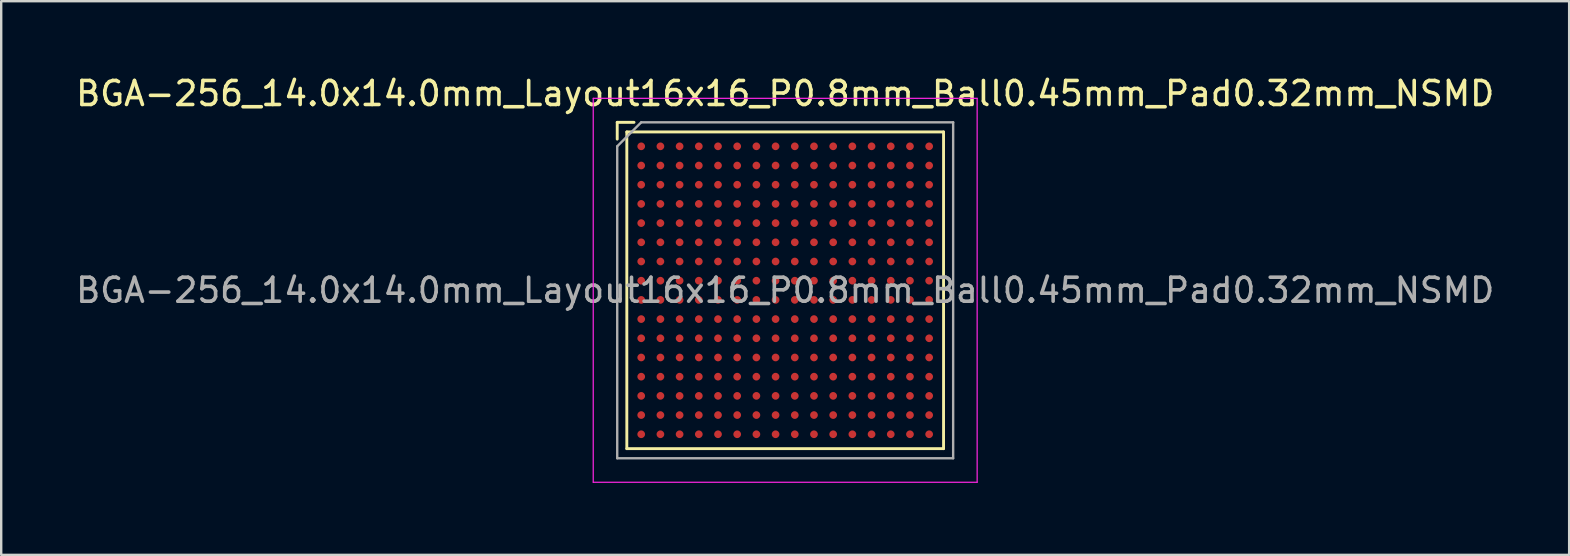
<source format=kicad_pcb>
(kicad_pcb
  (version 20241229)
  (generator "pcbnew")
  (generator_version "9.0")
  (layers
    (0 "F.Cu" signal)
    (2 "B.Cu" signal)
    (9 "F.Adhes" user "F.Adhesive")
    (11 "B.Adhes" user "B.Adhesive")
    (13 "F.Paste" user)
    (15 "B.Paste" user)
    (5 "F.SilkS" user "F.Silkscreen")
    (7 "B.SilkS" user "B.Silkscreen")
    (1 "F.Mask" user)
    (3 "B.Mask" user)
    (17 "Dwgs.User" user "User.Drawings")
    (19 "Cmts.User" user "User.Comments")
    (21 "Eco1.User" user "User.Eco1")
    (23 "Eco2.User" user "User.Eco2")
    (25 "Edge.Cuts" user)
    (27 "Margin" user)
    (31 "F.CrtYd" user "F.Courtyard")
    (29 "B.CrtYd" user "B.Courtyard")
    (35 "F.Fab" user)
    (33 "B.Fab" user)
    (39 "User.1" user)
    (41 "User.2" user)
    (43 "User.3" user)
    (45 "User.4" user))
  (footprint "BGA-256_14.0x14.0mm_Layout16x16_P0.8mm_Ball0.45mm_Pad0.32mm_NSMD"
    (layer "F.Cu")
    (at 29.673 9.048)
    (property "Reference" "BGA-256_14.0x14.0mm_Layout16x16_P0.8mm_Ball0.45mm_Pad0.32mm_NSMD" (at 0 -8.2 0) (layer "F.SilkS") (effects (font (size 1 1) (thickness 0.15))))
    (attr smd)
    (fp_line (start -7 -7) (end -7 -6.3) (stroke (width 0.12) (type solid)) (layer "F.SilkS"))
    (fp_line (start -6.6 -6.6) (end -6.6 6.6) (stroke (width 0.12) (type solid)) (layer "F.SilkS"))
    (fp_line (start -6.6 6.6) (end 6.6 6.6) (stroke (width 0.12) (type solid)) (layer "F.SilkS"))
    (fp_line (start -6.3 -7) (end -7 -7) (stroke (width 0.12) (type solid)) (layer "F.SilkS"))
    (fp_line (start 6.6 -6.6) (end -6.6 -6.6) (stroke (width 0.12) (type solid)) (layer "F.SilkS"))
    (fp_line (start 6.6 6.6) (end 6.6 -6.6) (stroke (width 0.12) (type solid)) (layer "F.SilkS"))
    (fp_line (start -8 -8) (end -8 8) (stroke (width 0.05) (type solid)) (layer "F.CrtYd"))
    (fp_line (start -8 -8) (end 8 -8) (stroke (width 0.05) (type solid)) (layer "F.CrtYd"))
    (fp_line (start 8 8) (end -8 8) (stroke (width 0.05) (type solid)) (layer "F.CrtYd"))
    (fp_line (start 8 8) (end 8 -8) (stroke (width 0.05) (type solid)) (layer "F.CrtYd"))
    (fp_line (start -7 -6) (end -7 7) (stroke (width 0.1) (type solid)) (layer "F.Fab"))
    (fp_line (start -7 7) (end 7 7) (stroke (width 0.1) (type solid)) (layer "F.Fab"))
    (fp_line (start -6 -7) (end -7 -6) (stroke (width 0.1) (type solid)) (layer "F.Fab"))
    (fp_line (start 7 -7) (end -6 -7) (stroke (width 0.1) (type solid)) (layer "F.Fab"))
    (fp_line (start 7 7) (end 7 -7) (stroke (width 0.1) (type solid)) (layer "F.Fab"))
    (fp_text user "${REFERENCE}" (at 0 0 0) (layer "F.Fab") (effects (font (size 1 1) (thickness 0.15))))
    (pad "A1" smd circle (at -6 -6) (size 0.32 0.32) (layers "F.Cu" "F.Mask"))
    (pad "A2" smd circle (at -5.2 -6) (size 0.32 0.32) (layers "F.Cu" "F.Mask"))
    (pad "A3" smd circle (at -4.4 -6) (size 0.32 0.32) (layers "F.Cu" "F.Mask"))
    (pad "A4" smd circle (at -3.6 -6) (size 0.32 0.32) (layers "F.Cu" "F.Mask"))
    (pad "A5" smd circle (at -2.8 -6) (size 0.32 0.32) (layers "F.Cu" "F.Mask"))
    (pad "A6" smd circle (at -2 -6) (size 0.32 0.32) (layers "F.Cu" "F.Mask"))
    (pad "A7" smd circle (at -1.2 -6) (size 0.32 0.32) (layers "F.Cu" "F.Mask"))
    (pad "A8" smd circle (at -0.4 -6) (size 0.32 0.32) (layers "F.Cu" "F.Mask"))
    (pad "A9" smd circle (at 0.4 -6) (size 0.32 0.32) (layers "F.Cu" "F.Mask"))
    (pad "A10" smd circle (at 1.2 -6) (size 0.32 0.32) (layers "F.Cu" "F.Mask"))
    (pad "A11" smd circle (at 2 -6) (size 0.32 0.32) (layers "F.Cu" "F.Mask"))
    (pad "A12" smd circle (at 2.8 -6) (size 0.32 0.32) (layers "F.Cu" "F.Mask"))
    (pad "A13" smd circle (at 3.6 -6) (size 0.32 0.32) (layers "F.Cu" "F.Mask"))
    (pad "A14" smd circle (at 4.4 -6) (size 0.32 0.32) (layers "F.Cu" "F.Mask"))
    (pad "A15" smd circle (at 5.2 -6) (size 0.32 0.32) (layers "F.Cu" "F.Mask"))
    (pad "A16" smd circle (at 6 -6) (size 0.32 0.32) (layers "F.Cu" "F.Mask"))
    (pad "B1" smd circle (at -6 -5.2) (size 0.32 0.32) (layers "F.Cu" "F.Mask"))
    (pad "B2" smd circle (at -5.2 -5.2) (size 0.32 0.32) (layers "F.Cu" "F.Mask"))
    (pad "B3" smd circle (at -4.4 -5.2) (size 0.32 0.32) (layers "F.Cu" "F.Mask"))
    (pad "B4" smd circle (at -3.6 -5.2) (size 0.32 0.32) (layers "F.Cu" "F.Mask"))
    (pad "B5" smd circle (at -2.8 -5.2) (size 0.32 0.32) (layers "F.Cu" "F.Mask"))
    (pad "B6" smd circle (at -2 -5.2) (size 0.32 0.32) (layers "F.Cu" "F.Mask"))
    (pad "B7" smd circle (at -1.2 -5.2) (size 0.32 0.32) (layers "F.Cu" "F.Mask"))
    (pad "B8" smd circle (at -0.4 -5.2) (size 0.32 0.32) (layers "F.Cu" "F.Mask"))
    (pad "B9" smd circle (at 0.4 -5.2) (size 0.32 0.32) (layers "F.Cu" "F.Mask"))
    (pad "B10" smd circle (at 1.2 -5.2) (size 0.32 0.32) (layers "F.Cu" "F.Mask"))
    (pad "B11" smd circle (at 2 -5.2) (size 0.32 0.32) (layers "F.Cu" "F.Mask"))
    (pad "B12" smd circle (at 2.8 -5.2) (size 0.32 0.32) (layers "F.Cu" "F.Mask"))
    (pad "B13" smd circle (at 3.6 -5.2) (size 0.32 0.32) (layers "F.Cu" "F.Mask"))
    (pad "B14" smd circle (at 4.4 -5.2) (size 0.32 0.32) (layers "F.Cu" "F.Mask"))
    (pad "B15" smd circle (at 5.2 -5.2) (size 0.32 0.32) (layers "F.Cu" "F.Mask"))
    (pad "B16" smd circle (at 6 -5.2) (size 0.32 0.32) (layers "F.Cu" "F.Mask"))
    (pad "C1" smd circle (at -6 -4.4) (size 0.32 0.32) (layers "F.Cu" "F.Mask"))
    (pad "C2" smd circle (at -5.2 -4.4) (size 0.32 0.32) (layers "F.Cu" "F.Mask"))
    (pad "C3" smd circle (at -4.4 -4.4) (size 0.32 0.32) (layers "F.Cu" "F.Mask"))
    (pad "C4" smd circle (at -3.6 -4.4) (size 0.32 0.32) (layers "F.Cu" "F.Mask"))
    (pad "C5" smd circle (at -2.8 -4.4) (size 0.32 0.32) (layers "F.Cu" "F.Mask"))
    (pad "C6" smd circle (at -2 -4.4) (size 0.32 0.32) (layers "F.Cu" "F.Mask"))
    (pad "C7" smd circle (at -1.2 -4.4) (size 0.32 0.32) (layers "F.Cu" "F.Mask"))
    (pad "C8" smd circle (at -0.4 -4.4) (size 0.32 0.32) (layers "F.Cu" "F.Mask"))
    (pad "C9" smd circle (at 0.4 -4.4) (size 0.32 0.32) (layers "F.Cu" "F.Mask"))
    (pad "C10" smd circle (at 1.2 -4.4) (size 0.32 0.32) (layers "F.Cu" "F.Mask"))
    (pad "C11" smd circle (at 2 -4.4) (size 0.32 0.32) (layers "F.Cu" "F.Mask"))
    (pad "C12" smd circle (at 2.8 -4.4) (size 0.32 0.32) (layers "F.Cu" "F.Mask"))
    (pad "C13" smd circle (at 3.6 -4.4) (size 0.32 0.32) (layers "F.Cu" "F.Mask"))
    (pad "C14" smd circle (at 4.4 -4.4) (size 0.32 0.32) (layers "F.Cu" "F.Mask"))
    (pad "C15" smd circle (at 5.2 -4.4) (size 0.32 0.32) (layers "F.Cu" "F.Mask"))
    (pad "C16" smd circle (at 6 -4.4) (size 0.32 0.32) (layers "F.Cu" "F.Mask"))
    (pad "D1" smd circle (at -6 -3.6) (size 0.32 0.32) (layers "F.Cu" "F.Mask"))
    (pad "D2" smd circle (at -5.2 -3.6) (size 0.32 0.32) (layers "F.Cu" "F.Mask"))
    (pad "D3" smd circle (at -4.4 -3.6) (size 0.32 0.32) (layers "F.Cu" "F.Mask"))
    (pad "D4" smd circle (at -3.6 -3.6) (size 0.32 0.32) (layers "F.Cu" "F.Mask"))
    (pad "D5" smd circle (at -2.8 -3.6) (size 0.32 0.32) (layers "F.Cu" "F.Mask"))
    (pad "D6" smd circle (at -2 -3.6) (size 0.32 0.32) (layers "F.Cu" "F.Mask"))
    (pad "D7" smd circle (at -1.2 -3.6) (size 0.32 0.32) (layers "F.Cu" "F.Mask"))
    (pad "D8" smd circle (at -0.4 -3.6) (size 0.32 0.32) (layers "F.Cu" "F.Mask"))
    (pad "D9" smd circle (at 0.4 -3.6) (size 0.32 0.32) (layers "F.Cu" "F.Mask"))
    (pad "D10" smd circle (at 1.2 -3.6) (size 0.32 0.32) (layers "F.Cu" "F.Mask"))
    (pad "D11" smd circle (at 2 -3.6) (size 0.32 0.32) (layers "F.Cu" "F.Mask"))
    (pad "D12" smd circle (at 2.8 -3.6) (size 0.32 0.32) (layers "F.Cu" "F.Mask"))
    (pad "D13" smd circle (at 3.6 -3.6) (size 0.32 0.32) (layers "F.Cu" "F.Mask"))
    (pad "D14" smd circle (at 4.4 -3.6) (size 0.32 0.32) (layers "F.Cu" "F.Mask"))
    (pad "D15" smd circle (at 5.2 -3.6) (size 0.32 0.32) (layers "F.Cu" "F.Mask"))
    (pad "D16" smd circle (at 6 -3.6) (size 0.32 0.32) (layers "F.Cu" "F.Mask"))
    (pad "E1" smd circle (at -6 -2.8) (size 0.32 0.32) (layers "F.Cu" "F.Mask"))
    (pad "E2" smd circle (at -5.2 -2.8) (size 0.32 0.32) (layers "F.Cu" "F.Mask"))
    (pad "E3" smd circle (at -4.4 -2.8) (size 0.32 0.32) (layers "F.Cu" "F.Mask"))
    (pad "E4" smd circle (at -3.6 -2.8) (size 0.32 0.32) (layers "F.Cu" "F.Mask"))
    (pad "E5" smd circle (at -2.8 -2.8) (size 0.32 0.32) (layers "F.Cu" "F.Mask"))
    (pad "E6" smd circle (at -2 -2.8) (size 0.32 0.32) (layers "F.Cu" "F.Mask"))
    (pad "E7" smd circle (at -1.2 -2.8) (size 0.32 0.32) (layers "F.Cu" "F.Mask"))
    (pad "E8" smd circle (at -0.4 -2.8) (size 0.32 0.32) (layers "F.Cu" "F.Mask"))
    (pad "E9" smd circle (at 0.4 -2.8) (size 0.32 0.32) (layers "F.Cu" "F.Mask"))
    (pad "E10" smd circle (at 1.2 -2.8) (size 0.32 0.32) (layers "F.Cu" "F.Mask"))
    (pad "E11" smd circle (at 2 -2.8) (size 0.32 0.32) (layers "F.Cu" "F.Mask"))
    (pad "E12" smd circle (at 2.8 -2.8) (size 0.32 0.32) (layers "F.Cu" "F.Mask"))
    (pad "E13" smd circle (at 3.6 -2.8) (size 0.32 0.32) (layers "F.Cu" "F.Mask"))
    (pad "E14" smd circle (at 4.4 -2.8) (size 0.32 0.32) (layers "F.Cu" "F.Mask"))
    (pad "E15" smd circle (at 5.2 -2.8) (size 0.32 0.32) (layers "F.Cu" "F.Mask"))
    (pad "E16" smd circle (at 6 -2.8) (size 0.32 0.32) (layers "F.Cu" "F.Mask"))
    (pad "F1" smd circle (at -6 -2) (size 0.32 0.32) (layers "F.Cu" "F.Mask"))
    (pad "F2" smd circle (at -5.2 -2) (size 0.32 0.32) (layers "F.Cu" "F.Mask"))
    (pad "F3" smd circle (at -4.4 -2) (size 0.32 0.32) (layers "F.Cu" "F.Mask"))
    (pad "F4" smd circle (at -3.6 -2) (size 0.32 0.32) (layers "F.Cu" "F.Mask"))
    (pad "F5" smd circle (at -2.8 -2) (size 0.32 0.32) (layers "F.Cu" "F.Mask"))
    (pad "F6" smd circle (at -2 -2) (size 0.32 0.32) (layers "F.Cu" "F.Mask"))
    (pad "F7" smd circle (at -1.2 -2) (size 0.32 0.32) (layers "F.Cu" "F.Mask"))
    (pad "F8" smd circle (at -0.4 -2) (size 0.32 0.32) (layers "F.Cu" "F.Mask"))
    (pad "F9" smd circle (at 0.4 -2) (size 0.32 0.32) (layers "F.Cu" "F.Mask"))
    (pad "F10" smd circle (at 1.2 -2) (size 0.32 0.32) (layers "F.Cu" "F.Mask"))
    (pad "F11" smd circle (at 2 -2) (size 0.32 0.32) (layers "F.Cu" "F.Mask"))
    (pad "F12" smd circle (at 2.8 -2) (size 0.32 0.32) (layers "F.Cu" "F.Mask"))
    (pad "F13" smd circle (at 3.6 -2) (size 0.32 0.32) (layers "F.Cu" "F.Mask"))
    (pad "F14" smd circle (at 4.4 -2) (size 0.32 0.32) (layers "F.Cu" "F.Mask"))
    (pad "F15" smd circle (at 5.2 -2) (size 0.32 0.32) (layers "F.Cu" "F.Mask"))
    (pad "F16" smd circle (at 6 -2) (size 0.32 0.32) (layers "F.Cu" "F.Mask"))
    (pad "G1" smd circle (at -6 -1.2) (size 0.32 0.32) (layers "F.Cu" "F.Mask"))
    (pad "G2" smd circle (at -5.2 -1.2) (size 0.32 0.32) (layers "F.Cu" "F.Mask"))
    (pad "G3" smd circle (at -4.4 -1.2) (size 0.32 0.32) (layers "F.Cu" "F.Mask"))
    (pad "G4" smd circle (at -3.6 -1.2) (size 0.32 0.32) (layers "F.Cu" "F.Mask"))
    (pad "G5" smd circle (at -2.8 -1.2) (size 0.32 0.32) (layers "F.Cu" "F.Mask"))
    (pad "G6" smd circle (at -2 -1.2) (size 0.32 0.32) (layers "F.Cu" "F.Mask"))
    (pad "G7" smd circle (at -1.2 -1.2) (size 0.32 0.32) (layers "F.Cu" "F.Mask"))
    (pad "G8" smd circle (at -0.4 -1.2) (size 0.32 0.32) (layers "F.Cu" "F.Mask"))
    (pad "G9" smd circle (at 0.4 -1.2) (size 0.32 0.32) (layers "F.Cu" "F.Mask"))
    (pad "G10" smd circle (at 1.2 -1.2) (size 0.32 0.32) (layers "F.Cu" "F.Mask"))
    (pad "G11" smd circle (at 2 -1.2) (size 0.32 0.32) (layers "F.Cu" "F.Mask"))
    (pad "G12" smd circle (at 2.8 -1.2) (size 0.32 0.32) (layers "F.Cu" "F.Mask"))
    (pad "G13" smd circle (at 3.6 -1.2) (size 0.32 0.32) (layers "F.Cu" "F.Mask"))
    (pad "G14" smd circle (at 4.4 -1.2) (size 0.32 0.32) (layers "F.Cu" "F.Mask"))
    (pad "G15" smd circle (at 5.2 -1.2) (size 0.32 0.32) (layers "F.Cu" "F.Mask"))
    (pad "G16" smd circle (at 6 -1.2) (size 0.32 0.32) (layers "F.Cu" "F.Mask"))
    (pad "H1" smd circle (at -6 -0.4) (size 0.32 0.32) (layers "F.Cu" "F.Mask"))
    (pad "H2" smd circle (at -5.2 -0.4) (size 0.32 0.32) (layers "F.Cu" "F.Mask"))
    (pad "H3" smd circle (at -4.4 -0.4) (size 0.32 0.32) (layers "F.Cu" "F.Mask"))
    (pad "H4" smd circle (at -3.6 -0.4) (size 0.32 0.32) (layers "F.Cu" "F.Mask"))
    (pad "H5" smd circle (at -2.8 -0.4) (size 0.32 0.32) (layers "F.Cu" "F.Mask"))
    (pad "H6" smd circle (at -2 -0.4) (size 0.32 0.32) (layers "F.Cu" "F.Mask"))
    (pad "H7" smd circle (at -1.2 -0.4) (size 0.32 0.32) (layers "F.Cu" "F.Mask"))
    (pad "H8" smd circle (at -0.4 -0.4) (size 0.32 0.32) (layers "F.Cu" "F.Mask"))
    (pad "H9" smd circle (at 0.4 -0.4) (size 0.32 0.32) (layers "F.Cu" "F.Mask"))
    (pad "H10" smd circle (at 1.2 -0.4) (size 0.32 0.32) (layers "F.Cu" "F.Mask"))
    (pad "H11" smd circle (at 2 -0.4) (size 0.32 0.32) (layers "F.Cu" "F.Mask"))
    (pad "H12" smd circle (at 2.8 -0.4) (size 0.32 0.32) (layers "F.Cu" "F.Mask"))
    (pad "H13" smd circle (at 3.6 -0.4) (size 0.32 0.32) (layers "F.Cu" "F.Mask"))
    (pad "H14" smd circle (at 4.4 -0.4) (size 0.32 0.32) (layers "F.Cu" "F.Mask"))
    (pad "H15" smd circle (at 5.2 -0.4) (size 0.32 0.32) (layers "F.Cu" "F.Mask"))
    (pad "H16" smd circle (at 6 -0.4) (size 0.32 0.32) (layers "F.Cu" "F.Mask"))
    (pad "J1" smd circle (at -6 0.4) (size 0.32 0.32) (layers "F.Cu" "F.Mask"))
    (pad "J2" smd circle (at -5.2 0.4) (size 0.32 0.32) (layers "F.Cu" "F.Mask"))
    (pad "J3" smd circle (at -4.4 0.4) (size 0.32 0.32) (layers "F.Cu" "F.Mask"))
    (pad "J4" smd circle (at -3.6 0.4) (size 0.32 0.32) (layers "F.Cu" "F.Mask"))
    (pad "J5" smd circle (at -2.8 0.4) (size 0.32 0.32) (layers "F.Cu" "F.Mask"))
    (pad "J6" smd circle (at -2 0.4) (size 0.32 0.32) (layers "F.Cu" "F.Mask"))
    (pad "J7" smd circle (at -1.2 0.4) (size 0.32 0.32) (layers "F.Cu" "F.Mask"))
    (pad "J8" smd circle (at -0.4 0.4) (size 0.32 0.32) (layers "F.Cu" "F.Mask"))
    (pad "J9" smd circle (at 0.4 0.4) (size 0.32 0.32) (layers "F.Cu" "F.Mask"))
    (pad "J10" smd circle (at 1.2 0.4) (size 0.32 0.32) (layers "F.Cu" "F.Mask"))
    (pad "J11" smd circle (at 2 0.4) (size 0.32 0.32) (layers "F.Cu" "F.Mask"))
    (pad "J12" smd circle (at 2.8 0.4) (size 0.32 0.32) (layers "F.Cu" "F.Mask"))
    (pad "J13" smd circle (at 3.6 0.4) (size 0.32 0.32) (layers "F.Cu" "F.Mask"))
    (pad "J14" smd circle (at 4.4 0.4) (size 0.32 0.32) (layers "F.Cu" "F.Mask"))
    (pad "J15" smd circle (at 5.2 0.4) (size 0.32 0.32) (layers "F.Cu" "F.Mask"))
    (pad "J16" smd circle (at 6 0.4) (size 0.32 0.32) (layers "F.Cu" "F.Mask"))
    (pad "K1" smd circle (at -6 1.2) (size 0.32 0.32) (layers "F.Cu" "F.Mask"))
    (pad "K2" smd circle (at -5.2 1.2) (size 0.32 0.32) (layers "F.Cu" "F.Mask"))
    (pad "K3" smd circle (at -4.4 1.2) (size 0.32 0.32) (layers "F.Cu" "F.Mask"))
    (pad "K4" smd circle (at -3.6 1.2) (size 0.32 0.32) (layers "F.Cu" "F.Mask"))
    (pad "K5" smd circle (at -2.8 1.2) (size 0.32 0.32) (layers "F.Cu" "F.Mask"))
    (pad "K6" smd circle (at -2 1.2) (size 0.32 0.32) (layers "F.Cu" "F.Mask"))
    (pad "K7" smd circle (at -1.2 1.2) (size 0.32 0.32) (layers "F.Cu" "F.Mask"))
    (pad "K8" smd circle (at -0.4 1.2) (size 0.32 0.32) (layers "F.Cu" "F.Mask"))
    (pad "K9" smd circle (at 0.4 1.2) (size 0.32 0.32) (layers "F.Cu" "F.Mask"))
    (pad "K10" smd circle (at 1.2 1.2) (size 0.32 0.32) (layers "F.Cu" "F.Mask"))
    (pad "K11" smd circle (at 2 1.2) (size 0.32 0.32) (layers "F.Cu" "F.Mask"))
    (pad "K12" smd circle (at 2.8 1.2) (size 0.32 0.32) (layers "F.Cu" "F.Mask"))
    (pad "K13" smd circle (at 3.6 1.2) (size 0.32 0.32) (layers "F.Cu" "F.Mask"))
    (pad "K14" smd circle (at 4.4 1.2) (size 0.32 0.32) (layers "F.Cu" "F.Mask"))
    (pad "K15" smd circle (at 5.2 1.2) (size 0.32 0.32) (layers "F.Cu" "F.Mask"))
    (pad "K16" smd circle (at 6 1.2) (size 0.32 0.32) (layers "F.Cu" "F.Mask"))
    (pad "L1" smd circle (at -6 2) (size 0.32 0.32) (layers "F.Cu" "F.Mask"))
    (pad "L2" smd circle (at -5.2 2) (size 0.32 0.32) (layers "F.Cu" "F.Mask"))
    (pad "L3" smd circle (at -4.4 2) (size 0.32 0.32) (layers "F.Cu" "F.Mask"))
    (pad "L4" smd circle (at -3.6 2) (size 0.32 0.32) (layers "F.Cu" "F.Mask"))
    (pad "L5" smd circle (at -2.8 2) (size 0.32 0.32) (layers "F.Cu" "F.Mask"))
    (pad "L6" smd circle (at -2 2) (size 0.32 0.32) (layers "F.Cu" "F.Mask"))
    (pad "L7" smd circle (at -1.2 2) (size 0.32 0.32) (layers "F.Cu" "F.Mask"))
    (pad "L8" smd circle (at -0.4 2) (size 0.32 0.32) (layers "F.Cu" "F.Mask"))
    (pad "L9" smd circle (at 0.4 2) (size 0.32 0.32) (layers "F.Cu" "F.Mask"))
    (pad "L10" smd circle (at 1.2 2) (size 0.32 0.32) (layers "F.Cu" "F.Mask"))
    (pad "L11" smd circle (at 2 2) (size 0.32 0.32) (layers "F.Cu" "F.Mask"))
    (pad "L12" smd circle (at 2.8 2) (size 0.32 0.32) (layers "F.Cu" "F.Mask"))
    (pad "L13" smd circle (at 3.6 2) (size 0.32 0.32) (layers "F.Cu" "F.Mask"))
    (pad "L14" smd circle (at 4.4 2) (size 0.32 0.32) (layers "F.Cu" "F.Mask"))
    (pad "L15" smd circle (at 5.2 2) (size 0.32 0.32) (layers "F.Cu" "F.Mask"))
    (pad "L16" smd circle (at 6 2) (size 0.32 0.32) (layers "F.Cu" "F.Mask"))
    (pad "M1" smd circle (at -6 2.8) (size 0.32 0.32) (layers "F.Cu" "F.Mask"))
    (pad "M2" smd circle (at -5.2 2.8) (size 0.32 0.32) (layers "F.Cu" "F.Mask"))
    (pad "M3" smd circle (at -4.4 2.8) (size 0.32 0.32) (layers "F.Cu" "F.Mask"))
    (pad "M4" smd circle (at -3.6 2.8) (size 0.32 0.32) (layers "F.Cu" "F.Mask"))
    (pad "M5" smd circle (at -2.8 2.8) (size 0.32 0.32) (layers "F.Cu" "F.Mask"))
    (pad "M6" smd circle (at -2 2.8) (size 0.32 0.32) (layers "F.Cu" "F.Mask"))
    (pad "M7" smd circle (at -1.2 2.8) (size 0.32 0.32) (layers "F.Cu" "F.Mask"))
    (pad "M8" smd circle (at -0.4 2.8) (size 0.32 0.32) (layers "F.Cu" "F.Mask"))
    (pad "M9" smd circle (at 0.4 2.8) (size 0.32 0.32) (layers "F.Cu" "F.Mask"))
    (pad "M10" smd circle (at 1.2 2.8) (size 0.32 0.32) (layers "F.Cu" "F.Mask"))
    (pad "M11" smd circle (at 2 2.8) (size 0.32 0.32) (layers "F.Cu" "F.Mask"))
    (pad "M12" smd circle (at 2.8 2.8) (size 0.32 0.32) (layers "F.Cu" "F.Mask"))
    (pad "M13" smd circle (at 3.6 2.8) (size 0.32 0.32) (layers "F.Cu" "F.Mask"))
    (pad "M14" smd circle (at 4.4 2.8) (size 0.32 0.32) (layers "F.Cu" "F.Mask"))
    (pad "M15" smd circle (at 5.2 2.8) (size 0.32 0.32) (layers "F.Cu" "F.Mask"))
    (pad "M16" smd circle (at 6 2.8) (size 0.32 0.32) (layers "F.Cu" "F.Mask"))
    (pad "N1" smd circle (at -6 3.6) (size 0.32 0.32) (layers "F.Cu" "F.Mask"))
    (pad "N2" smd circle (at -5.2 3.6) (size 0.32 0.32) (layers "F.Cu" "F.Mask"))
    (pad "N3" smd circle (at -4.4 3.6) (size 0.32 0.32) (layers "F.Cu" "F.Mask"))
    (pad "N4" smd circle (at -3.6 3.6) (size 0.32 0.32) (layers "F.Cu" "F.Mask"))
    (pad "N5" smd circle (at -2.8 3.6) (size 0.32 0.32) (layers "F.Cu" "F.Mask"))
    (pad "N6" smd circle (at -2 3.6) (size 0.32 0.32) (layers "F.Cu" "F.Mask"))
    (pad "N7" smd circle (at -1.2 3.6) (size 0.32 0.32) (layers "F.Cu" "F.Mask"))
    (pad "N8" smd circle (at -0.4 3.6) (size 0.32 0.32) (layers "F.Cu" "F.Mask"))
    (pad "N9" smd circle (at 0.4 3.6) (size 0.32 0.32) (layers "F.Cu" "F.Mask"))
    (pad "N10" smd circle (at 1.2 3.6) (size 0.32 0.32) (layers "F.Cu" "F.Mask"))
    (pad "N11" smd circle (at 2 3.6) (size 0.32 0.32) (layers "F.Cu" "F.Mask"))
    (pad "N12" smd circle (at 2.8 3.6) (size 0.32 0.32) (layers "F.Cu" "F.Mask"))
    (pad "N13" smd circle (at 3.6 3.6) (size 0.32 0.32) (layers "F.Cu" "F.Mask"))
    (pad "N14" smd circle (at 4.4 3.6) (size 0.32 0.32) (layers "F.Cu" "F.Mask"))
    (pad "N15" smd circle (at 5.2 3.6) (size 0.32 0.32) (layers "F.Cu" "F.Mask"))
    (pad "N16" smd circle (at 6 3.6) (size 0.32 0.32) (layers "F.Cu" "F.Mask"))
    (pad "P1" smd circle (at -6 4.4) (size 0.32 0.32) (layers "F.Cu" "F.Mask"))
    (pad "P2" smd circle (at -5.2 4.4) (size 0.32 0.32) (layers "F.Cu" "F.Mask"))
    (pad "P3" smd circle (at -4.4 4.4) (size 0.32 0.32) (layers "F.Cu" "F.Mask"))
    (pad "P4" smd circle (at -3.6 4.4) (size 0.32 0.32) (layers "F.Cu" "F.Mask"))
    (pad "P5" smd circle (at -2.8 4.4) (size 0.32 0.32) (layers "F.Cu" "F.Mask"))
    (pad "P6" smd circle (at -2 4.4) (size 0.32 0.32) (layers "F.Cu" "F.Mask"))
    (pad "P7" smd circle (at -1.2 4.4) (size 0.32 0.32) (layers "F.Cu" "F.Mask"))
    (pad "P8" smd circle (at -0.4 4.4) (size 0.32 0.32) (layers "F.Cu" "F.Mask"))
    (pad "P9" smd circle (at 0.4 4.4) (size 0.32 0.32) (layers "F.Cu" "F.Mask"))
    (pad "P10" smd circle (at 1.2 4.4) (size 0.32 0.32) (layers "F.Cu" "F.Mask"))
    (pad "P11" smd circle (at 2 4.4) (size 0.32 0.32) (layers "F.Cu" "F.Mask"))
    (pad "P12" smd circle (at 2.8 4.4) (size 0.32 0.32) (layers "F.Cu" "F.Mask"))
    (pad "P13" smd circle (at 3.6 4.4) (size 0.32 0.32) (layers "F.Cu" "F.Mask"))
    (pad "P14" smd circle (at 4.4 4.4) (size 0.32 0.32) (layers "F.Cu" "F.Mask"))
    (pad "P15" smd circle (at 5.2 4.4) (size 0.32 0.32) (layers "F.Cu" "F.Mask"))
    (pad "P16" smd circle (at 6 4.4) (size 0.32 0.32) (layers "F.Cu" "F.Mask"))
    (pad "R1" smd circle (at -6 5.2) (size 0.32 0.32) (layers "F.Cu" "F.Mask"))
    (pad "R2" smd circle (at -5.2 5.2) (size 0.32 0.32) (layers "F.Cu" "F.Mask"))
    (pad "R3" smd circle (at -4.4 5.2) (size 0.32 0.32) (layers "F.Cu" "F.Mask"))
    (pad "R4" smd circle (at -3.6 5.2) (size 0.32 0.32) (layers "F.Cu" "F.Mask"))
    (pad "R5" smd circle (at -2.8 5.2) (size 0.32 0.32) (layers "F.Cu" "F.Mask"))
    (pad "R6" smd circle (at -2 5.2) (size 0.32 0.32) (layers "F.Cu" "F.Mask"))
    (pad "R7" smd circle (at -1.2 5.2) (size 0.32 0.32) (layers "F.Cu" "F.Mask"))
    (pad "R8" smd circle (at -0.4 5.2) (size 0.32 0.32) (layers "F.Cu" "F.Mask"))
    (pad "R9" smd circle (at 0.4 5.2) (size 0.32 0.32) (layers "F.Cu" "F.Mask"))
    (pad "R10" smd circle (at 1.2 5.2) (size 0.32 0.32) (layers "F.Cu" "F.Mask"))
    (pad "R11" smd circle (at 2 5.2) (size 0.32 0.32) (layers "F.Cu" "F.Mask"))
    (pad "R12" smd circle (at 2.8 5.2) (size 0.32 0.32) (layers "F.Cu" "F.Mask"))
    (pad "R13" smd circle (at 3.6 5.2) (size 0.32 0.32) (layers "F.Cu" "F.Mask"))
    (pad "R14" smd circle (at 4.4 5.2) (size 0.32 0.32) (layers "F.Cu" "F.Mask"))
    (pad "R15" smd circle (at 5.2 5.2) (size 0.32 0.32) (layers "F.Cu" "F.Mask"))
    (pad "R16" smd circle (at 6 5.2) (size 0.32 0.32) (layers "F.Cu" "F.Mask"))
    (pad "T1" smd circle (at -6 6) (size 0.32 0.32) (layers "F.Cu" "F.Mask"))
    (pad "T2" smd circle (at -5.2 6) (size 0.32 0.32) (layers "F.Cu" "F.Mask"))
    (pad "T3" smd circle (at -4.4 6) (size 0.32 0.32) (layers "F.Cu" "F.Mask"))
    (pad "T4" smd circle (at -3.6 6) (size 0.32 0.32) (layers "F.Cu" "F.Mask"))
    (pad "T5" smd circle (at -2.8 6) (size 0.32 0.32) (layers "F.Cu" "F.Mask"))
    (pad "T6" smd circle (at -2 6) (size 0.32 0.32) (layers "F.Cu" "F.Mask"))
    (pad "T7" smd circle (at -1.2 6) (size 0.32 0.32) (layers "F.Cu" "F.Mask"))
    (pad "T8" smd circle (at -0.4 6) (size 0.32 0.32) (layers "F.Cu" "F.Mask"))
    (pad "T9" smd circle (at 0.4 6) (size 0.32 0.32) (layers "F.Cu" "F.Mask"))
    (pad "T10" smd circle (at 1.2 6) (size 0.32 0.32) (layers "F.Cu" "F.Mask"))
    (pad "T11" smd circle (at 2 6) (size 0.32 0.32) (layers "F.Cu" "F.Mask"))
    (pad "T12" smd circle (at 2.8 6) (size 0.32 0.32) (layers "F.Cu" "F.Mask"))
    (pad "T13" smd circle (at 3.6 6) (size 0.32 0.32) (layers "F.Cu" "F.Mask"))
    (pad "T14" smd circle (at 4.4 6) (size 0.32 0.32) (layers "F.Cu" "F.Mask"))
    (pad "T15" smd circle (at 5.2 6) (size 0.32 0.32) (layers "F.Cu" "F.Mask"))
    (pad "T16" smd circle (at 6 6) (size 0.32 0.32) (layers "F.Cu" "F.Mask")))
  (gr_rect
    (start -3 -3)
    (end 62.345 20.073)
    (stroke (width 0.1) (type default))
    (fill no)
    (layer "Edge.Cuts")))
</source>
